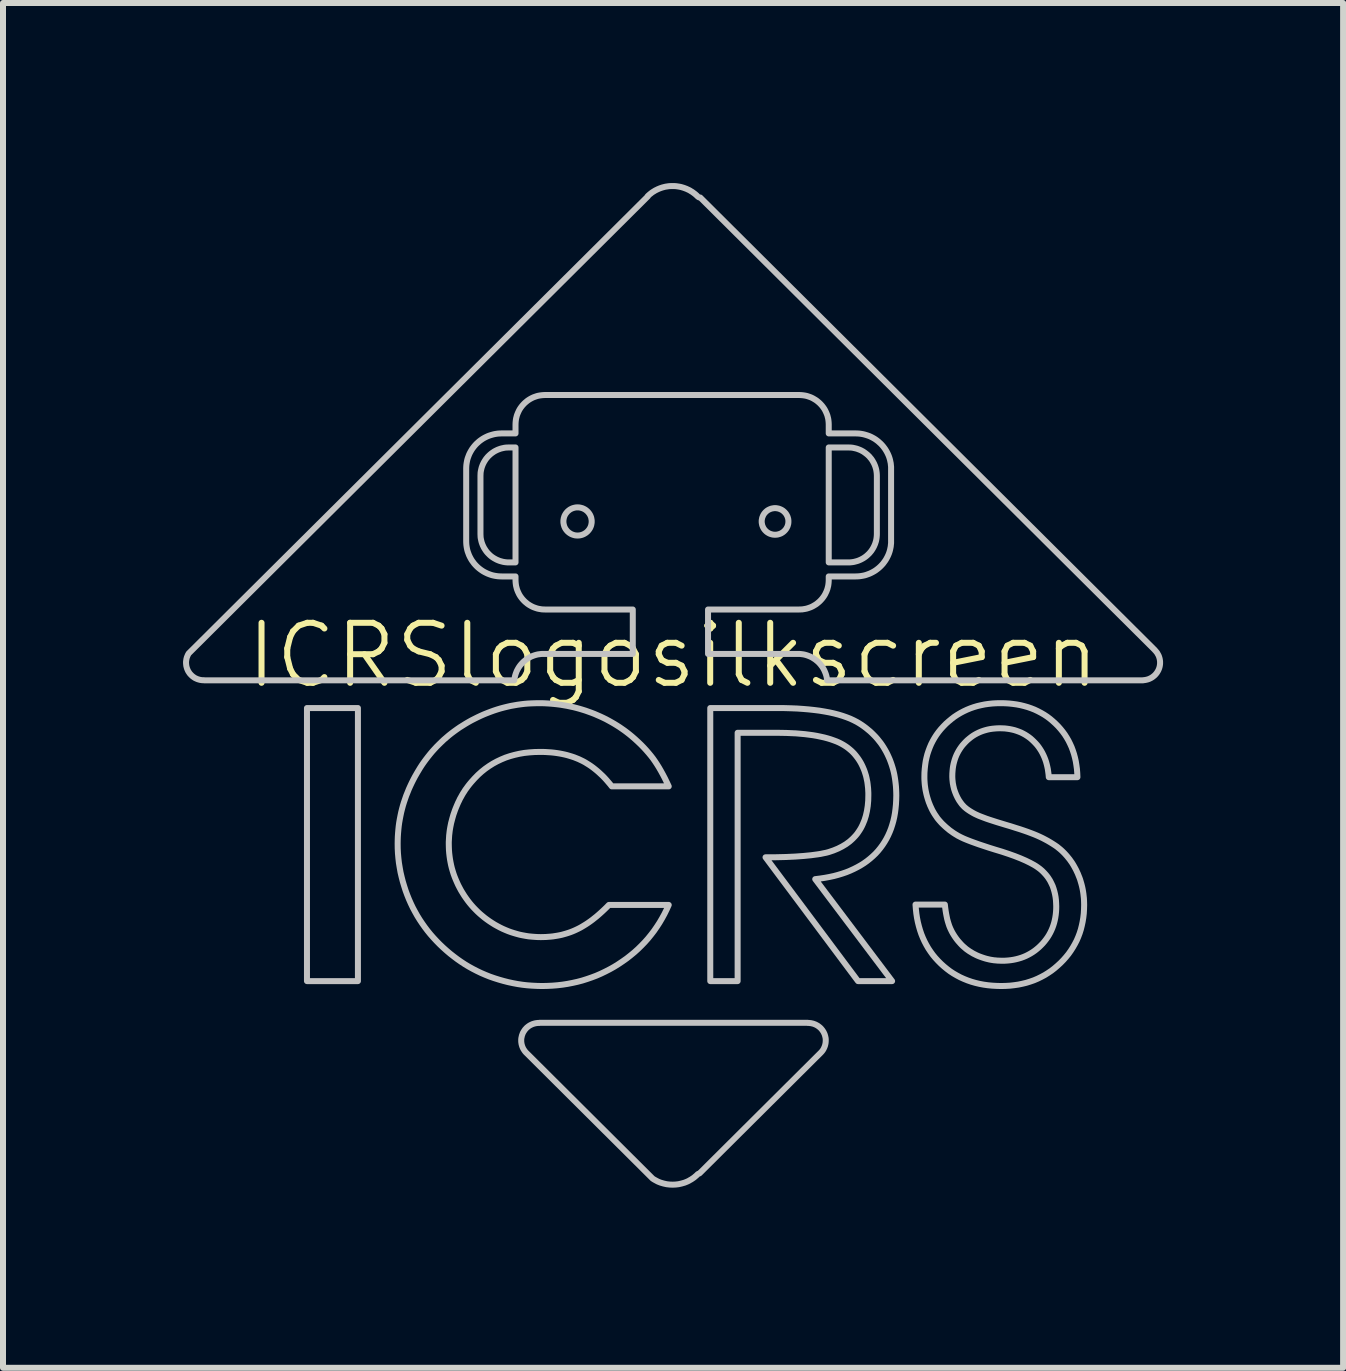
<source format=kicad_pcb>
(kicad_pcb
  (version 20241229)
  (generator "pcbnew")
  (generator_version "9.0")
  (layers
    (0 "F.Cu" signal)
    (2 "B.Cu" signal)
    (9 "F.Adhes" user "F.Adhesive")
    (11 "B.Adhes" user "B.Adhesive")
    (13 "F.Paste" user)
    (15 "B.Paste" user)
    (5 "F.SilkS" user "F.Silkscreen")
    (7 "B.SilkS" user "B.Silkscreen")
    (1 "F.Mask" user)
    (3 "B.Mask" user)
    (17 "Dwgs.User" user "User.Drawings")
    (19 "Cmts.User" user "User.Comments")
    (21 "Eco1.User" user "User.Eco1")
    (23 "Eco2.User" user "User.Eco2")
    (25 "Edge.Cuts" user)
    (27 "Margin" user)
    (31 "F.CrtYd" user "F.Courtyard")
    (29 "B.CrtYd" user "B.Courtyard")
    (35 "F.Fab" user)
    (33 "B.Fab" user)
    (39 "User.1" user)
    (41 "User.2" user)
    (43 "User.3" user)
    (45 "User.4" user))
  (footprint "ICRSlogosilkscreen"
    (layer "F.Cu")
    (at 8.165 8.37)
    (property "Reference" "ICRSlogosilkscreen" (at 0 -0.5 0) (unlocked yes) (layer "F.SilkS") (effects (font (size 1 1) (thickness 0.1))))
    (attr smd)
    (fp_poly (pts (xy -5.251 4.928) (xy -6.1 4.928) (xy -6.1 0.378) (xy -5.251 0.378)) (stroke (width 0.1) (type solid)) (fill no) (layer "Dwgs.User"))
    (fp_poly (pts (xy -2.625 -2.049) (xy -2.735 -2.049) (xy -2.76 -2.049) (xy -2.784 -2.051) (xy -2.808 -2.054) (xy -2.831 -2.058) (xy -2.854 -2.064) (xy -2.876 -2.07) (xy -2.898 -2.077) (xy -2.92 -2.086) (xy -2.941 -2.095) (xy -2.961 -2.106) (xy -2.981 -2.117) (xy -3 -2.129) (xy -3.019 -2.142) (xy -3.037 -2.156) (xy -3.054 -2.171) (xy -3.07 -2.187) (xy -3.086 -2.203) (xy -3.101 -2.22) (xy -3.115 -2.238) (xy -3.128 -2.257) (xy -3.14 -2.276) (xy -3.152 -2.295) (xy -3.162 -2.316) (xy -3.172 -2.337) (xy -3.18 -2.358) (xy -3.188 -2.38) (xy -3.194 -2.402) (xy -3.199 -2.425) (xy -3.204 -2.448) (xy -3.207 -2.472) (xy -3.208 -2.496) (xy -3.209 -2.52) (xy -3.209 -3.493) (xy -3.208 -3.517) (xy -3.207 -3.541) (xy -3.204 -3.564) (xy -3.199 -3.588) (xy -3.194 -3.61) (xy -3.188 -3.633) (xy -3.18 -3.655) (xy -3.172 -3.676) (xy -3.162 -3.697) (xy -3.152 -3.717) (xy -3.14 -3.737) (xy -3.128 -3.756) (xy -3.115 -3.775) (xy -3.101 -3.792) (xy -3.086 -3.81) (xy -3.07 -3.826) (xy -3.054 -3.841) (xy -3.037 -3.856) (xy -3.019 -3.87) (xy -3 -3.883) (xy -2.981 -3.896) (xy -2.961 -3.907) (xy -2.941 -3.917) (xy -2.92 -3.927) (xy -2.898 -3.935) (xy -2.876 -3.943) (xy -2.854 -3.949) (xy -2.831 -3.954) (xy -2.808 -3.959) (xy -2.784 -3.962) (xy -2.76 -3.963) (xy -2.735 -3.964) (xy -2.625 -3.964)) (stroke (width 0.1) (type solid)) (fill no) (layer "Dwgs.User"))
    (fp_poly (pts (xy 2.946 -3.963) (xy 2.97 -3.962) (xy 2.994 -3.959) (xy 3.017 -3.954) (xy 3.04 -3.949) (xy 3.063 -3.943) (xy 3.085 -3.935) (xy 3.106 -3.927) (xy 3.127 -3.918) (xy 3.148 -3.907) (xy 3.168 -3.896) (xy 3.187 -3.883) (xy 3.205 -3.87) (xy 3.223 -3.856) (xy 3.24 -3.842) (xy 3.257 -3.826) (xy 3.273 -3.81) (xy 3.287 -3.792) (xy 3.302 -3.775) (xy 3.315 -3.756) (xy 3.327 -3.737) (xy 3.338 -3.717) (xy 3.349 -3.697) (xy 3.358 -3.676) (xy 3.367 -3.655) (xy 3.374 -3.633) (xy 3.381 -3.61) (xy 3.386 -3.588) (xy 3.39 -3.564) (xy 3.393 -3.541) (xy 3.395 -3.517) (xy 3.396 -3.493) (xy 3.396 -2.52) (xy 3.395 -2.496) (xy 3.393 -2.472) (xy 3.39 -2.448) (xy 3.386 -2.425) (xy 3.381 -2.402) (xy 3.374 -2.38) (xy 3.367 -2.358) (xy 3.358 -2.337) (xy 3.349 -2.316) (xy 3.338 -2.295) (xy 3.327 -2.276) (xy 3.315 -2.257) (xy 3.302 -2.238) (xy 3.287 -2.22) (xy 3.273 -2.203) (xy 3.257 -2.187) (xy 3.24 -2.171) (xy 3.223 -2.156) (xy 3.205 -2.142) (xy 3.187 -2.129) (xy 3.168 -2.117) (xy 3.148 -2.106) (xy 3.127 -2.095) (xy 3.106 -2.086) (xy 3.085 -2.077) (xy 3.063 -2.07) (xy 3.04 -2.064) (xy 3.017 -2.058) (xy 2.994 -2.054) (xy 2.97 -2.051) (xy 2.946 -2.049) (xy 2.922 -2.049) (xy 2.594 -2.049) (xy 2.594 -3.964) (xy 2.922 -3.964)) (stroke (width 0.1) (type solid)) (fill no) (layer "Dwgs.User"))
    (fp_poly (pts (xy -1.579 -2.965) (xy -1.567 -2.965) (xy -1.556 -2.963) (xy -1.544 -2.961) (xy -1.533 -2.958) (xy -1.521 -2.955) (xy -1.51 -2.952) (xy -1.5 -2.947) (xy -1.489 -2.943) (xy -1.479 -2.937) (xy -1.469 -2.932) (xy -1.46 -2.926) (xy -1.45 -2.919) (xy -1.442 -2.912) (xy -1.433 -2.905) (xy -1.425 -2.897) (xy -1.417 -2.889) (xy -1.41 -2.88) (xy -1.403 -2.872) (xy -1.396 -2.862) (xy -1.39 -2.853) (xy -1.384 -2.843) (xy -1.379 -2.833) (xy -1.374 -2.822) (xy -1.37 -2.812) (xy -1.366 -2.801) (xy -1.363 -2.79) (xy -1.361 -2.778) (xy -1.359 -2.767) (xy -1.357 -2.755) (xy -1.356 -2.743) (xy -1.356 -2.731) (xy -1.356 -2.719) (xy -1.357 -2.707) (xy -1.359 -2.696) (xy -1.361 -2.684) (xy -1.363 -2.673) (xy -1.366 -2.662) (xy -1.37 -2.651) (xy -1.374 -2.64) (xy -1.379 -2.63) (xy -1.384 -2.619) (xy -1.39 -2.61) (xy -1.396 -2.6) (xy -1.403 -2.591) (xy -1.41 -2.582) (xy -1.417 -2.574) (xy -1.425 -2.565) (xy -1.433 -2.558) (xy -1.442 -2.55) (xy -1.45 -2.543) (xy -1.46 -2.537) (xy -1.469 -2.531) (xy -1.479 -2.525) (xy -1.489 -2.52) (xy -1.5 -2.515) (xy -1.51 -2.511) (xy -1.521 -2.507) (xy -1.533 -2.504) (xy -1.544 -2.501) (xy -1.556 -2.499) (xy -1.567 -2.498) (xy -1.579 -2.497) (xy -1.591 -2.497) (xy -1.604 -2.497) (xy -1.616 -2.498) (xy -1.627 -2.499) (xy -1.639 -2.501) (xy -1.65 -2.504) (xy -1.661 -2.507) (xy -1.672 -2.511) (xy -1.683 -2.515) (xy -1.694 -2.52) (xy -1.704 -2.525) (xy -1.714 -2.531) (xy -1.723 -2.537) (xy -1.732 -2.543) (xy -1.741 -2.55) (xy -1.75 -2.558) (xy -1.758 -2.565) (xy -1.766 -2.574) (xy -1.773 -2.582) (xy -1.78 -2.591) (xy -1.787 -2.6) (xy -1.793 -2.61) (xy -1.799 -2.619) (xy -1.804 -2.63) (xy -1.809 -2.64) (xy -1.813 -2.651) (xy -1.816 -2.662) (xy -1.82 -2.673) (xy -1.822 -2.684) (xy -1.824 -2.696) (xy -1.826 -2.707) (xy -1.827 -2.719) (xy -1.827 -2.731) (xy -1.827 -2.743) (xy -1.826 -2.755) (xy -1.824 -2.767) (xy -1.822 -2.779) (xy -1.82 -2.79) (xy -1.816 -2.801) (xy -1.813 -2.812) (xy -1.809 -2.823) (xy -1.804 -2.833) (xy -1.799 -2.843) (xy -1.793 -2.853) (xy -1.787 -2.862) (xy -1.78 -2.872) (xy -1.773 -2.88) (xy -1.766 -2.889) (xy -1.758 -2.897) (xy -1.75 -2.905) (xy -1.741 -2.912) (xy -1.732 -2.919) (xy -1.723 -2.926) (xy -1.714 -2.932) (xy -1.704 -2.937) (xy -1.694 -2.943) (xy -1.683 -2.947) (xy -1.672 -2.952) (xy -1.662 -2.955) (xy -1.65 -2.958) (xy -1.639 -2.961) (xy -1.627 -2.963) (xy -1.616 -2.965) (xy -1.604 -2.965) (xy -1.591 -2.966)) (stroke (width 0.1) (type solid)) (fill no) (layer "Dwgs.User"))
    (fp_poly (pts (xy 1.711 -2.953) (xy 1.722 -2.952) (xy 1.734 -2.95) (xy 1.745 -2.948) (xy 1.755 -2.946) (xy 1.766 -2.943) (xy 1.776 -2.939) (xy 1.786 -2.935) (xy 1.796 -2.931) (xy 1.806 -2.926) (xy 1.815 -2.921) (xy 1.824 -2.915) (xy 1.833 -2.909) (xy 1.841 -2.902) (xy 1.849 -2.895) (xy 1.857 -2.888) (xy 1.864 -2.88) (xy 1.871 -2.872) (xy 1.878 -2.864) (xy 1.884 -2.855) (xy 1.89 -2.846) (xy 1.895 -2.837) (xy 1.9 -2.827) (xy 1.905 -2.817) (xy 1.909 -2.807) (xy 1.912 -2.797) (xy 1.915 -2.787) (xy 1.918 -2.776) (xy 1.92 -2.765) (xy 1.921 -2.754) (xy 1.922 -2.743) (xy 1.922 -2.731) (xy 1.922 -2.72) (xy 1.921 -2.709) (xy 1.92 -2.697) (xy 1.918 -2.687) (xy 1.915 -2.676) (xy 1.912 -2.665) (xy 1.909 -2.655) (xy 1.905 -2.645) (xy 1.9 -2.635) (xy 1.895 -2.626) (xy 1.89 -2.616) (xy 1.884 -2.607) (xy 1.878 -2.599) (xy 1.871 -2.59) (xy 1.864 -2.582) (xy 1.857 -2.575) (xy 1.849 -2.567) (xy 1.841 -2.56) (xy 1.833 -2.554) (xy 1.824 -2.547) (xy 1.815 -2.542) (xy 1.806 -2.536) (xy 1.796 -2.531) (xy 1.786 -2.527) (xy 1.776 -2.523) (xy 1.766 -2.52) (xy 1.755 -2.517) (xy 1.745 -2.514) (xy 1.734 -2.512) (xy 1.722 -2.511) (xy 1.711 -2.51) (xy 1.7 -2.51) (xy 1.688 -2.51) (xy 1.677 -2.511) (xy 1.666 -2.512) (xy 1.655 -2.514) (xy 1.644 -2.517) (xy 1.633 -2.52) (xy 1.623 -2.523) (xy 1.613 -2.527) (xy 1.603 -2.531) (xy 1.594 -2.536) (xy 1.584 -2.542) (xy 1.575 -2.547) (xy 1.566 -2.554) (xy 1.558 -2.56) (xy 1.55 -2.567) (xy 1.542 -2.575) (xy 1.535 -2.582) (xy 1.528 -2.59) (xy 1.521 -2.599) (xy 1.515 -2.607) (xy 1.509 -2.616) (xy 1.504 -2.626) (xy 1.499 -2.635) (xy 1.495 -2.645) (xy 1.491 -2.655) (xy 1.487 -2.665) (xy 1.484 -2.676) (xy 1.482 -2.687) (xy 1.48 -2.697) (xy 1.478 -2.709) (xy 1.477 -2.72) (xy 1.477 -2.731) (xy 1.477 -2.743) (xy 1.478 -2.754) (xy 1.48 -2.765) (xy 1.482 -2.776) (xy 1.484 -2.787) (xy 1.487 -2.797) (xy 1.491 -2.807) (xy 1.495 -2.817) (xy 1.499 -2.827) (xy 1.504 -2.837) (xy 1.509 -2.846) (xy 1.515 -2.855) (xy 1.521 -2.864) (xy 1.528 -2.872) (xy 1.535 -2.88) (xy 1.542 -2.888) (xy 1.55 -2.895) (xy 1.558 -2.902) (xy 1.566 -2.909) (xy 1.575 -2.915) (xy 1.584 -2.921) (xy 1.594 -2.926) (xy 1.603 -2.931) (xy 1.613 -2.935) (xy 1.623 -2.939) (xy 1.633 -2.943) (xy 1.644 -2.946) (xy 1.655 -2.948) (xy 1.666 -2.95) (xy 1.677 -2.952) (xy 1.688 -2.953) (xy 1.7 -2.953)) (stroke (width 0.1) (type solid)) (fill no) (layer "Dwgs.User"))
    (fp_poly (pts (xy 1.86 0.379) (xy 1.966 0.382) (xy 2.068 0.386) (xy 2.167 0.393) (xy 2.262 0.401) (xy 2.354 0.411) (xy 2.441 0.422) (xy 2.525 0.436) (xy 2.606 0.451) (xy 2.682 0.468) (xy 2.755 0.487) (xy 2.824 0.508) (xy 2.89 0.531) (xy 2.952 0.555) (xy 3.01 0.582) (xy 3.064 0.61) (xy 3.103 0.633) (xy 3.142 0.658) (xy 3.179 0.684) (xy 3.215 0.711) (xy 3.249 0.739) (xy 3.283 0.767) (xy 3.315 0.797) (xy 3.346 0.828) (xy 3.376 0.859) (xy 3.405 0.892) (xy 3.432 0.926) (xy 3.459 0.96) (xy 3.484 0.996) (xy 3.508 1.033) (xy 3.53 1.07) (xy 3.552 1.109) (xy 3.572 1.148) (xy 3.591 1.189) (xy 3.609 1.23) (xy 3.625 1.272) (xy 3.64 1.314) (xy 3.654 1.358) (xy 3.667 1.402) (xy 3.678 1.447) (xy 3.688 1.493) (xy 3.696 1.54) (xy 3.703 1.587) (xy 3.709 1.636) (xy 3.714 1.685) (xy 3.717 1.735) (xy 3.719 1.785) (xy 3.72 1.837) (xy 3.718 1.912) (xy 3.714 1.985) (xy 3.707 2.057) (xy 3.698 2.126) (xy 3.686 2.193) (xy 3.671 2.259) (xy 3.653 2.322) (xy 3.633 2.384) (xy 3.61 2.443) (xy 3.584 2.501) (xy 3.556 2.556) (xy 3.525 2.609) (xy 3.491 2.661) (xy 3.455 2.71) (xy 3.416 2.758) (xy 3.374 2.804) (xy 3.329 2.847) (xy 3.282 2.888) (xy 3.233 2.927) (xy 3.181 2.964) (xy 3.127 2.998) (xy 3.07 3.03) (xy 3.011 3.06) (xy 2.95 3.088) (xy 2.886 3.114) (xy 2.819 3.137) (xy 2.75 3.158) (xy 2.679 3.177) (xy 2.605 3.193) (xy 2.529 3.207) (xy 2.45 3.219) (xy 2.369 3.229) (xy 3.65 4.928) (xy 3.082 4.928) (xy 1.541 2.865) (xy 1.719 2.864) (xy 1.883 2.86) (xy 2.035 2.853) (xy 2.173 2.843) (xy 2.297 2.831) (xy 2.409 2.816) (xy 2.46 2.808) (xy 2.507 2.798) (xy 2.552 2.789) (xy 2.593 2.778) (xy 2.673 2.751) (xy 2.748 2.72) (xy 2.817 2.685) (xy 2.882 2.646) (xy 2.912 2.624) (xy 2.942 2.602) (xy 2.969 2.578) (xy 2.996 2.553) (xy 3.021 2.527) (xy 3.045 2.501) (xy 3.068 2.473) (xy 3.089 2.443) (xy 3.109 2.413) (xy 3.128 2.382) (xy 3.145 2.35) (xy 3.161 2.316) (xy 3.19 2.246) (xy 3.213 2.172) (xy 3.231 2.093) (xy 3.244 2.01) (xy 3.252 1.922) (xy 3.254 1.831) (xy 3.254 1.792) (xy 3.252 1.754) (xy 3.25 1.716) (xy 3.246 1.68) (xy 3.242 1.644) (xy 3.237 1.608) (xy 3.23 1.574) (xy 3.223 1.54) (xy 3.215 1.506) (xy 3.205 1.474) (xy 3.195 1.442) (xy 3.184 1.411) (xy 3.171 1.38) (xy 3.158 1.35) (xy 3.144 1.321) (xy 3.129 1.292) (xy 3.113 1.265) (xy 3.096 1.238) (xy 3.078 1.212) (xy 3.059 1.187) (xy 3.04 1.163) (xy 3.02 1.139) (xy 2.999 1.117) (xy 2.977 1.095) (xy 2.954 1.075) (xy 2.93 1.055) (xy 2.906 1.036) (xy 2.88 1.018) (xy 2.854 1.001) (xy 2.827 0.985) (xy 2.8 0.97) (xy 2.771 0.955) (xy 2.726 0.935) (xy 2.678 0.917) (xy 2.627 0.899) (xy 2.574 0.883) (xy 2.518 0.868) (xy 2.459 0.855) (xy 2.397 0.842) (xy 2.333 0.831) (xy 2.266 0.822) (xy 2.196 0.813) (xy 2.048 0.8) (xy 1.889 0.793) (xy 1.719 0.79) (xy 1.076 0.79) (xy 1.076 4.928) (xy 0.62 4.928) (xy 0.62 0.378) (xy 1.75 0.378)) (stroke (width 0.1) (type solid)) (fill no) (layer "Dwgs.User"))
    (fp_poly (pts (xy 2.245 5.624) (xy 2.245 5.624) (xy 2.245 5.624) (xy 2.246 5.624) (xy 2.246 5.624) (xy 2.246 5.624) (xy 2.246 5.625) (xy 2.247 5.625) (xy 2.247 5.625) (xy 2.248 5.625) (xy 2.248 5.625) (xy 2.249 5.625) (xy 2.249 5.625) (xy 2.25 5.625) (xy 2.25 5.625) (xy 2.264 5.625) (xy 2.279 5.627) (xy 2.293 5.628) (xy 2.307 5.631) (xy 2.32 5.634) (xy 2.334 5.637) (xy 2.348 5.642) (xy 2.361 5.647) (xy 2.374 5.652) (xy 2.387 5.659) (xy 2.4 5.666) (xy 2.412 5.673) (xy 2.424 5.682) (xy 2.436 5.691) (xy 2.448 5.701) (xy 2.459 5.711) (xy 2.469 5.722) (xy 2.478 5.733) (xy 2.487 5.744) (xy 2.495 5.756) (xy 2.503 5.768) (xy 2.51 5.78) (xy 2.516 5.793) (xy 2.522 5.805) (xy 2.527 5.818) (xy 2.531 5.831) (xy 2.535 5.845) (xy 2.538 5.858) (xy 2.541 5.872) (xy 2.543 5.885) (xy 2.544 5.899) (xy 2.544 5.913) (xy 2.544 5.926) (xy 2.543 5.94) (xy 2.542 5.954) (xy 2.54 5.967) (xy 2.537 5.981) (xy 2.534 5.994) (xy 2.53 6.008) (xy 2.525 6.021) (xy 2.52 6.034) (xy 2.514 6.046) (xy 2.508 6.059) (xy 2.501 6.071) (xy 2.493 6.083) (xy 2.484 6.095) (xy 2.475 6.106) (xy 2.465 6.117) (xy 0.441 8.132) (xy 0.438 8.133) (xy 0.436 8.134) (xy 0.434 8.134) (xy 0.432 8.135) (xy 0.429 8.136) (xy 0.427 8.137) (xy 0.425 8.138) (xy 0.423 8.138) (xy 0.421 8.14) (xy 0.419 8.141) (xy 0.417 8.142) (xy 0.415 8.143) (xy 0.413 8.145) (xy 0.411 8.146) (xy 0.409 8.147) (xy 0.408 8.149) (xy 0.388 8.168) (xy 0.368 8.185) (xy 0.348 8.202) (xy 0.326 8.217) (xy 0.305 8.231) (xy 0.282 8.244) (xy 0.26 8.257) (xy 0.237 8.268) (xy 0.213 8.278) (xy 0.19 8.287) (xy 0.141 8.301) (xy 0.092 8.312) (xy 0.042 8.318) (xy -0.008 8.32) (xy -0.058 8.318) (xy -0.108 8.312) (xy -0.157 8.301) (xy -0.205 8.287) (xy -0.229 8.278) (xy -0.253 8.268) (xy -0.276 8.256) (xy -0.298 8.244) (xy -0.321 8.231) (xy -0.342 8.217) (xy -2.445 6.123) (xy -2.456 6.112) (xy -2.465 6.101) (xy -2.474 6.089) (xy -2.482 6.077) (xy -2.49 6.065) (xy -2.497 6.053) (xy -2.503 6.04) (xy -2.509 6.027) (xy -2.514 6.013) (xy -2.518 6) (xy -2.522 5.986) (xy -2.525 5.973) (xy -2.527 5.959) (xy -2.529 5.945) (xy -2.53 5.931) (xy -2.53 5.917) (xy -2.53 5.903) (xy -2.529 5.889) (xy -2.527 5.875) (xy -2.524 5.861) (xy -2.521 5.848) (xy -2.518 5.834) (xy -2.513 5.821) (xy -2.508 5.807) (xy -2.503 5.794) (xy -2.496 5.781) (xy -2.489 5.769) (xy -2.481 5.757) (xy -2.473 5.745) (xy -2.464 5.733) (xy -2.454 5.722) (xy -2.444 5.711) (xy -2.433 5.7) (xy -2.421 5.691) (xy -2.409 5.681) (xy -2.397 5.673) (xy -2.384 5.665) (xy -2.371 5.658) (xy -2.358 5.652) (xy -2.345 5.646) (xy -2.331 5.641) (xy -2.317 5.637) (xy -2.303 5.633) (xy -2.289 5.63) (xy -2.275 5.628) (xy -2.261 5.626) (xy -2.246 5.625) (xy -2.232 5.625) (xy -2.231 5.625) (xy -2.231 5.625) (xy -2.23 5.625) (xy -2.229 5.625) (xy -2.229 5.625) (xy -2.228 5.625) (xy -2.228 5.625) (xy -2.227 5.625) (xy -2.227 5.625) (xy -2.226 5.624) (xy -2.226 5.624) (xy -2.226 5.624) (xy -2.225 5.624) (xy -2.225 5.624) (xy -2.225 5.623) (xy -2.224 5.623) (xy 2.244 5.623)) (stroke (width 0.1) (type solid)) (fill no) (layer "Dwgs.User"))
    (fp_poly (pts (xy -2.185 0.297) (xy -2.131 0.299) (xy -2.078 0.302) (xy -2.024 0.306) (xy -1.972 0.311) (xy -1.919 0.317) (xy -1.866 0.324) (xy -1.814 0.333) (xy -1.762 0.342) (xy -1.711 0.353) (xy -1.659 0.364) (xy -1.608 0.377) (xy -1.557 0.391) (xy -1.507 0.406) (xy -1.456 0.422) (xy -1.406 0.44) (xy -1.356 0.458) (xy -1.307 0.477) (xy -1.259 0.498) (xy -1.211 0.519) (xy -1.164 0.541) (xy -1.117 0.564) (xy -1.071 0.589) (xy -1.026 0.614) (xy -0.981 0.64) (xy -0.937 0.667) (xy -0.893 0.695) (xy -0.851 0.724) (xy -0.808 0.754) (xy -0.767 0.785) (xy -0.726 0.817) (xy -0.686 0.85) (xy -0.632 0.897) (xy -0.582 0.943) (xy -0.534 0.989) (xy -0.489 1.035) (xy -0.447 1.081) (xy -0.407 1.127) (xy -0.37 1.172) (xy -0.352 1.195) (xy -0.335 1.217) (xy -0.302 1.264) (xy -0.269 1.314) (xy -0.236 1.367) (xy -0.203 1.424) (xy -0.17 1.484) (xy -0.137 1.547) (xy -0.105 1.613) (xy -0.072 1.683) (xy -1.021 1.683) (xy -1.05 1.646) (xy -1.08 1.611) (xy -1.11 1.576) (xy -1.14 1.543) (xy -1.171 1.511) (xy -1.203 1.481) (xy -1.234 1.452) (xy -1.266 1.424) (xy -1.299 1.397) (xy -1.332 1.371) (xy -1.365 1.347) (xy -1.399 1.324) (xy -1.433 1.303) (xy -1.467 1.282) (xy -1.502 1.263) (xy -1.537 1.246) (xy -1.573 1.229) (xy -1.61 1.214) (xy -1.648 1.199) (xy -1.687 1.186) (xy -1.726 1.174) (xy -1.767 1.162) (xy -1.808 1.152) (xy -1.85 1.143) (xy -1.893 1.135) (xy -1.937 1.128) (xy -1.982 1.122) (xy -2.028 1.117) (xy -2.075 1.114) (xy -2.122 1.111) (xy -2.171 1.109) (xy -2.22 1.109) (xy -2.309 1.111) (xy -2.395 1.117) (xy -2.479 1.126) (xy -2.56 1.14) (xy -2.639 1.158) (xy -2.716 1.179) (xy -2.791 1.204) (xy -2.863 1.234) (xy -2.933 1.267) (xy -3.001 1.304) (xy -3.066 1.345) (xy -3.13 1.39) (xy -3.19 1.438) (xy -3.249 1.491) (xy -3.305 1.548) (xy -3.359 1.608) (xy -3.381 1.634) (xy -3.402 1.66) (xy -3.422 1.686) (xy -3.442 1.714) (xy -3.462 1.741) (xy -3.48 1.77) (xy -3.499 1.799) (xy -3.516 1.828) (xy -3.533 1.859) (xy -3.55 1.889) (xy -3.565 1.921) (xy -3.581 1.953) (xy -3.595 1.985) (xy -3.609 2.018) (xy -3.623 2.052) (xy -3.636 2.086) (xy -3.648 2.121) (xy -3.66 2.155) (xy -3.67 2.19) (xy -3.68 2.225) (xy -3.689 2.26) (xy -3.698 2.294) (xy -3.705 2.329) (xy -3.712 2.364) (xy -3.718 2.399) (xy -3.723 2.433) (xy -3.727 2.468) (xy -3.731 2.503) (xy -3.733 2.538) (xy -3.735 2.573) (xy -3.737 2.608) (xy -3.737 2.643) (xy -3.736 2.695) (xy -3.734 2.746) (xy -3.73 2.797) (xy -3.724 2.848) (xy -3.717 2.898) (xy -3.708 2.948) (xy -3.698 2.997) (xy -3.686 3.046) (xy -3.672 3.094) (xy -3.657 3.142) (xy -3.64 3.189) (xy -3.621 3.236) (xy -3.601 3.282) (xy -3.58 3.328) (xy -3.556 3.374) (xy -3.532 3.419) (xy -3.505 3.463) (xy -3.478 3.506) (xy -3.449 3.548) (xy -3.42 3.588) (xy -3.389 3.628) (xy -3.357 3.666) (xy -3.324 3.703) (xy -3.289 3.739) (xy -3.254 3.774) (xy -3.217 3.808) (xy -3.179 3.84) (xy -3.14 3.872) (xy -3.1 3.902) (xy -3.059 3.931) (xy -3.016 3.959) (xy -2.973 3.986) (xy -2.928 4.011) (xy -2.883 4.035) (xy -2.838 4.057) (xy -2.792 4.077) (xy -2.746 4.096) (xy -2.699 4.113) (xy -2.651 4.128) (xy -2.603 4.142) (xy -2.555 4.155) (xy -2.506 4.165) (xy -2.457 4.174) (xy -2.407 4.182) (xy -2.356 4.187) (xy -2.305 4.191) (xy -2.254 4.194) (xy -2.202 4.195) (xy -2.161 4.194) (xy -2.121 4.193) (xy -2.081 4.19) (xy -2.042 4.187) (xy -2.003 4.183) (xy -1.965 4.177) (xy -1.927 4.171) (xy -1.89 4.164) (xy -1.853 4.156) (xy -1.817 4.146) (xy -1.782 4.136) (xy -1.747 4.125) (xy -1.712 4.113) (xy -1.678 4.1) (xy -1.645 4.086) (xy -1.612 4.071) (xy -1.579 4.055) (xy -1.546 4.038) (xy -1.513 4.019) (xy -1.48 3.999) (xy -1.446 3.978) (xy -1.413 3.956) (xy -1.379 3.932) (xy -1.345 3.907) (xy -1.311 3.88) (xy -1.277 3.853) (xy -1.243 3.824) (xy -1.208 3.793) (xy -1.174 3.762) (xy -1.139 3.729) (xy -1.104 3.695) (xy -1.069 3.659) (xy -0.072 3.659) (xy -0.107 3.736) (xy -0.144 3.811) (xy -0.184 3.884) (xy -0.225 3.954) (xy -0.27 4.023) (xy -0.316 4.09) (xy -0.365 4.154) (xy -0.416 4.217) (xy -0.47 4.278) (xy -0.526 4.336) (xy -0.584 4.393) (xy -0.645 4.448) (xy -0.708 4.5) (xy -0.773 4.551) (xy -0.841 4.599) (xy -0.911 4.646) (xy -0.982 4.69) (xy -1.055 4.731) (xy -1.129 4.769) (xy -1.204 4.805) (xy -1.28 4.838) (xy -1.357 4.867) (xy -1.435 4.894) (xy -1.514 4.919) (xy -1.594 4.94) (xy -1.675 4.958) (xy -1.757 4.974) (xy -1.84 4.987) (xy -1.925 4.997) (xy -2.01 5.004) (xy -2.097 5.008) (xy -2.184 5.01) (xy -2.266 5.008) (xy -2.348 5.004) (xy -2.429 4.998) (xy -2.509 4.989) (xy -2.589 4.977) (xy -2.669 4.962) (xy -2.748 4.945) (xy -2.826 4.925) (xy -2.903 4.903) (xy -2.979 4.879) (xy -3.054 4.853) (xy -3.126 4.824) (xy -3.198 4.793) (xy -3.267 4.76) (xy -3.335 4.725) (xy -3.402 4.688) (xy -3.467 4.649) (xy -3.531 4.607) (xy -3.593 4.564) (xy -3.654 4.518) (xy -3.714 4.471) (xy -3.773 4.421) (xy -3.83 4.37) (xy -3.887 4.316) (xy -3.941 4.261) (xy -3.993 4.205) (xy -4.044 4.147) (xy -4.092 4.088) (xy -4.138 4.027) (xy -4.181 3.966) (xy -4.223 3.903) (xy -4.263 3.838) (xy -4.3 3.772) (xy -4.336 3.705) (xy -4.369 3.636) (xy -4.4 3.566) (xy -4.429 3.494) (xy -4.456 3.421) (xy -4.48 3.346) (xy -4.503 3.27) (xy -4.523 3.192) (xy -4.541 3.115) (xy -4.555 3.036) (xy -4.568 2.957) (xy -4.577 2.878) (xy -4.584 2.798) (xy -4.588 2.718) (xy -4.589 2.637) (xy -4.588 2.577) (xy -4.586 2.519) (xy -4.582 2.46) (xy -4.577 2.402) (xy -4.571 2.344) (xy -4.563 2.286) (xy -4.553 2.229) (xy -4.542 2.172) (xy -4.53 2.115) (xy -4.516 2.059) (xy -4.501 2.003) (xy -4.484 1.948) (xy -4.465 1.892) (xy -4.446 1.837) (xy -4.424 1.783) (xy -4.402 1.728) (xy -4.378 1.675) (xy -4.353 1.622) (xy -4.327 1.57) (xy -4.3 1.519) (xy -4.272 1.47) (xy -4.243 1.421) (xy -4.214 1.373) (xy -4.183 1.325) (xy -4.151 1.279) (xy -4.118 1.234) (xy -4.084 1.19) (xy -4.049 1.146) (xy -4.014 1.104) (xy -3.977 1.063) (xy -3.939 1.022) (xy -3.9 0.983) (xy -3.86 0.944) (xy -3.82 0.906) (xy -3.778 0.87) (xy -3.736 0.834) (xy -3.692 0.799) (xy -3.648 0.766) (xy -3.602 0.733) (xy -3.556 0.701) (xy -3.508 0.671) (xy -3.46 0.641) (xy -3.411 0.612) (xy -3.361 0.584) (xy -3.31 0.558) (xy -3.258 0.532) (xy -3.205 0.507) (xy -3.151 0.483) (xy -3.096 0.461) (xy -3.041 0.44) (xy -2.986 0.42) (xy -2.931 0.402) (xy -2.875 0.385) (xy -2.819 0.37) (xy -2.762 0.356) (xy -2.705 0.343) (xy -2.648 0.333) (xy -2.591 0.323) (xy -2.533 0.315) (xy -2.475 0.308) (xy -2.416 0.303) (xy -2.357 0.3) (xy -2.298 0.298) (xy -2.238 0.297)) (stroke (width 0.1) (type solid)) (fill no) (layer "Dwgs.User"))
    (fp_poly (pts (xy 5.526 0.298) (xy 5.594 0.302) (xy 5.66 0.309) (xy 5.725 0.318) (xy 5.788 0.33) (xy 5.849 0.345) (xy 5.909 0.362) (xy 5.967 0.382) (xy 6.023 0.404) (xy 6.078 0.43) (xy 6.131 0.458) (xy 6.183 0.488) (xy 6.233 0.521) (xy 6.281 0.557) (xy 6.327 0.596) (xy 6.372 0.637) (xy 6.415 0.68) (xy 6.455 0.725) (xy 6.493 0.772) (xy 6.528 0.82) (xy 6.56 0.87) (xy 6.59 0.922) (xy 6.616 0.975) (xy 6.641 1.03) (xy 6.662 1.087) (xy 6.681 1.145) (xy 6.697 1.205) (xy 6.711 1.267) (xy 6.721 1.33) (xy 6.73 1.395) (xy 6.735 1.462) (xy 6.738 1.53) (xy 6.261 1.53) (xy 6.257 1.484) (xy 6.251 1.44) (xy 6.245 1.397) (xy 6.236 1.354) (xy 6.226 1.313) (xy 6.215 1.273) (xy 6.202 1.235) (xy 6.187 1.197) (xy 6.171 1.161) (xy 6.153 1.125) (xy 6.134 1.091) (xy 6.113 1.058) (xy 6.091 1.026) (xy 6.067 0.995) (xy 6.041 0.966) (xy 6.014 0.938) (xy 5.986 0.911) (xy 5.957 0.885) (xy 5.927 0.862) (xy 5.895 0.84) (xy 5.863 0.82) (xy 5.83 0.802) (xy 5.796 0.785) (xy 5.761 0.771) (xy 5.725 0.758) (xy 5.688 0.746) (xy 5.65 0.737) (xy 5.611 0.729) (xy 5.571 0.723) (xy 5.53 0.718) (xy 5.488 0.716) (xy 5.445 0.715) (xy 5.402 0.716) (xy 5.361 0.719) (xy 5.32 0.723) (xy 5.28 0.729) (xy 5.241 0.737) (xy 5.203 0.747) (xy 5.167 0.758) (xy 5.131 0.771) (xy 5.096 0.786) (xy 5.061 0.803) (xy 5.028 0.821) (xy 4.996 0.841) (xy 4.965 0.863) (xy 4.935 0.887) (xy 4.905 0.912) (xy 4.877 0.939) (xy 4.85 0.968) (xy 4.824 0.997) (xy 4.801 1.027) (xy 4.779 1.059) (xy 4.759 1.091) (xy 4.741 1.124) (xy 4.724 1.158) (xy 4.709 1.194) (xy 4.696 1.23) (xy 4.685 1.267) (xy 4.675 1.305) (xy 4.667 1.344) (xy 4.661 1.384) (xy 4.657 1.424) (xy 4.654 1.466) (xy 4.653 1.509) (xy 4.653 1.528) (xy 4.654 1.548) (xy 4.655 1.567) (xy 4.657 1.586) (xy 4.659 1.605) (xy 4.661 1.624) (xy 4.664 1.643) (xy 4.668 1.662) (xy 4.671 1.68) (xy 4.676 1.699) (xy 4.68 1.717) (xy 4.685 1.735) (xy 4.691 1.753) (xy 4.697 1.771) (xy 4.704 1.789) (xy 4.711 1.807) (xy 4.718 1.824) (xy 4.726 1.841) (xy 4.734 1.858) (xy 4.742 1.874) (xy 4.751 1.89) (xy 4.76 1.906) (xy 4.769 1.921) (xy 4.779 1.935) (xy 4.789 1.95) (xy 4.799 1.963) (xy 4.809 1.977) (xy 4.82 1.99) (xy 4.832 2.003) (xy 4.843 2.015) (xy 4.855 2.027) (xy 4.868 2.038) (xy 4.892 2.058) (xy 4.917 2.076) (xy 4.944 2.094) (xy 4.972 2.111) (xy 5.001 2.128) (xy 5.031 2.144) (xy 5.063 2.159) (xy 5.096 2.174) (xy 5.132 2.188) (xy 5.174 2.204) (xy 5.222 2.222) (xy 5.275 2.24) (xy 5.399 2.28) (xy 5.544 2.324) (xy 5.628 2.349) (xy 5.706 2.374) (xy 5.78 2.397) (xy 5.848 2.42) (xy 5.911 2.442) (xy 5.969 2.464) (xy 6.021 2.484) (xy 6.069 2.504) (xy 6.113 2.524) (xy 6.157 2.545) (xy 6.199 2.567) (xy 6.24 2.589) (xy 6.281 2.613) (xy 6.32 2.637) (xy 6.359 2.662) (xy 6.397 2.688) (xy 6.423 2.709) (xy 6.449 2.73) (xy 6.474 2.752) (xy 6.498 2.775) (xy 6.521 2.798) (xy 6.544 2.823) (xy 6.566 2.848) (xy 6.587 2.874) (xy 6.608 2.9) (xy 6.627 2.927) (xy 6.647 2.955) (xy 6.665 2.984) (xy 6.682 3.013) (xy 6.699 3.044) (xy 6.715 3.074) (xy 6.73 3.106) (xy 6.745 3.138) (xy 6.758 3.171) (xy 6.771 3.203) (xy 6.783 3.236) (xy 6.793 3.27) (xy 6.803 3.304) (xy 6.812 3.338) (xy 6.82 3.372) (xy 6.827 3.407) (xy 6.833 3.442) (xy 6.838 3.477) (xy 6.842 3.513) (xy 6.846 3.549) (xy 6.848 3.586) (xy 6.849 3.622) (xy 6.85 3.659) (xy 6.848 3.731) (xy 6.844 3.801) (xy 6.836 3.87) (xy 6.825 3.937) (xy 6.811 4.003) (xy 6.795 4.067) (xy 6.775 4.13) (xy 6.752 4.191) (xy 6.726 4.251) (xy 6.696 4.309) (xy 6.664 4.365) (xy 6.629 4.42) (xy 6.591 4.474) (xy 6.549 4.526) (xy 6.505 4.576) (xy 6.457 4.625) (xy 6.407 4.671) (xy 6.356 4.715) (xy 6.303 4.756) (xy 6.248 4.793) (xy 6.192 4.828) (xy 6.134 4.859) (xy 6.075 4.888) (xy 6.014 4.914) (xy 5.951 4.936) (xy 5.887 4.956) (xy 5.821 4.972) (xy 5.754 4.986) (xy 5.685 4.996) (xy 5.615 5.004) (xy 5.543 5.008) (xy 5.469 5.01) (xy 5.393 5.008) (xy 5.319 5.004) (xy 5.246 4.997) (xy 5.175 4.987) (xy 5.106 4.974) (xy 5.039 4.958) (xy 4.973 4.939) (xy 4.909 4.917) (xy 4.847 4.892) (xy 4.787 4.865) (xy 4.729 4.834) (xy 4.672 4.801) (xy 4.617 4.765) (xy 4.564 4.725) (xy 4.513 4.683) (xy 4.463 4.638) (xy 4.416 4.591) (xy 4.371 4.542) (xy 4.329 4.491) (xy 4.29 4.437) (xy 4.254 4.383) (xy 4.221 4.326) (xy 4.19 4.267) (xy 4.162 4.206) (xy 4.137 4.144) (xy 4.115 4.079) (xy 4.096 4.013) (xy 4.079 3.945) (xy 4.065 3.875) (xy 4.054 3.803) (xy 4.046 3.729) (xy 4.04 3.653) (xy 4.529 3.653) (xy 4.535 3.706) (xy 4.542 3.757) (xy 4.55 3.805) (xy 4.559 3.851) (xy 4.568 3.894) (xy 4.579 3.935) (xy 4.591 3.974) (xy 4.597 3.992) (xy 4.603 4.01) (xy 4.61 4.027) (xy 4.617 4.044) (xy 4.625 4.062) (xy 4.633 4.078) (xy 4.641 4.095) (xy 4.65 4.112) (xy 4.659 4.128) (xy 4.669 4.145) (xy 4.679 4.161) (xy 4.689 4.177) (xy 4.7 4.193) (xy 4.711 4.209) (xy 4.722 4.224) (xy 4.734 4.24) (xy 4.746 4.255) (xy 4.759 4.27) (xy 4.775 4.288) (xy 4.791 4.306) (xy 4.808 4.324) (xy 4.825 4.341) (xy 4.843 4.357) (xy 4.862 4.373) (xy 4.88 4.389) (xy 4.9 4.404) (xy 4.92 4.418) (xy 4.94 4.432) (xy 4.962 4.445) (xy 4.983 4.458) (xy 5.005 4.471) (xy 5.028 4.482) (xy 5.051 4.494) (xy 5.075 4.505) (xy 5.099 4.515) (xy 5.123 4.524) (xy 5.148 4.533) (xy 5.172 4.541) (xy 5.197 4.549) (xy 5.222 4.556) (xy 5.247 4.562) (xy 5.272 4.568) (xy 5.298 4.573) (xy 5.323 4.577) (xy 5.349 4.581) (xy 5.375 4.583) (xy 5.402 4.586) (xy 5.428 4.587) (xy 5.454 4.588) (xy 5.481 4.589) (xy 5.53 4.588) (xy 5.577 4.585) (xy 5.624 4.58) (xy 5.669 4.573) (xy 5.713 4.564) (xy 5.756 4.553) (xy 5.799 4.54) (xy 5.84 4.525) (xy 5.88 4.508) (xy 5.918 4.489) (xy 5.956 4.468) (xy 5.993 4.445) (xy 6.029 4.42) (xy 6.063 4.393) (xy 6.097 4.364) (xy 6.129 4.333) (xy 6.16 4.301) (xy 6.189 4.267) (xy 6.216 4.232) (xy 6.241 4.197) (xy 6.264 4.16) (xy 6.285 4.122) (xy 6.304 4.083) (xy 6.321 4.043) (xy 6.336 4.002) (xy 6.349 3.96) (xy 6.36 3.916) (xy 6.369 3.872) (xy 6.376 3.826) (xy 6.381 3.78) (xy 6.384 3.732) (xy 6.385 3.683) (xy 6.383 3.63) (xy 6.38 3.579) (xy 6.374 3.529) (xy 6.365 3.48) (xy 6.354 3.434) (xy 6.341 3.389) (xy 6.326 3.345) (xy 6.307 3.304) (xy 6.287 3.264) (xy 6.276 3.244) (xy 6.264 3.226) (xy 6.252 3.207) (xy 6.239 3.189) (xy 6.225 3.171) (xy 6.211 3.154) (xy 6.181 3.121) (xy 6.149 3.089) (xy 6.114 3.059) (xy 6.076 3.031) (xy 6.048 3.012) (xy 6.017 2.993) (xy 5.949 2.956) (xy 5.873 2.919) (xy 5.788 2.882) (xy 5.694 2.845) (xy 5.593 2.809) (xy 5.482 2.772) (xy 5.363 2.736) (xy 5.267 2.706) (xy 5.179 2.677) (xy 5.098 2.65) (xy 5.025 2.624) (xy 4.959 2.6) (xy 4.9 2.577) (xy 4.849 2.556) (xy 4.806 2.536) (xy 4.786 2.526) (xy 4.767 2.516) (xy 4.747 2.506) (xy 4.728 2.494) (xy 4.709 2.483) (xy 4.69 2.471) (xy 4.671 2.459) (xy 4.653 2.446) (xy 4.635 2.433) (xy 4.616 2.42) (xy 4.598 2.406) (xy 4.581 2.391) (xy 4.563 2.377) (xy 4.546 2.362) (xy 4.528 2.346) (xy 4.511 2.33) (xy 4.492 2.312) (xy 4.474 2.294) (xy 4.456 2.274) (xy 4.439 2.255) (xy 4.422 2.235) (xy 4.405 2.214) (xy 4.39 2.192) (xy 4.375 2.17) (xy 4.36 2.148) (xy 4.346 2.125) (xy 4.332 2.101) (xy 4.319 2.077) (xy 4.307 2.052) (xy 4.295 2.026) (xy 4.283 2) (xy 4.273 1.974) (xy 4.262 1.947) (xy 4.253 1.92) (xy 4.244 1.892) (xy 4.236 1.865) (xy 4.228 1.837) (xy 4.221 1.809) (xy 4.215 1.781) (xy 4.209 1.753) (xy 4.204 1.725) (xy 4.2 1.696) (xy 4.196 1.667) (xy 4.193 1.638) (xy 4.191 1.609) (xy 4.189 1.58) (xy 4.188 1.551) (xy 4.188 1.521) (xy 4.189 1.455) (xy 4.194 1.39) (xy 4.201 1.327) (xy 4.21 1.265) (xy 4.223 1.205) (xy 4.238 1.146) (xy 4.257 1.089) (xy 4.278 1.033) (xy 4.301 0.979) (xy 4.328 0.926) (xy 4.357 0.875) (xy 4.389 0.825) (xy 4.424 0.777) (xy 4.462 0.73) (xy 4.503 0.685) (xy 4.546 0.641) (xy 4.592 0.6) (xy 4.639 0.561) (xy 4.687 0.524) (xy 4.737 0.491) (xy 4.789 0.46) (xy 4.842 0.432) (xy 4.897 0.406) (xy 4.953 0.383) (xy 5.01 0.363) (xy 5.07 0.345) (xy 5.13 0.331) (xy 5.193 0.318) (xy 5.256 0.309) (xy 5.322 0.302) (xy 5.389 0.298) (xy 5.457 0.297)) (stroke (width 0.1) (type solid)) (fill no) (layer "Dwgs.User"))
    (fp_poly (pts (xy -0.006 -8.32) (xy 0.002 -8.32) (xy 0.009 -8.32) (xy 0.015 -8.32) (xy 0.022 -8.32) (xy 0.028 -8.319) (xy 0.034 -8.319) (xy 0.041 -8.318) (xy 0.048 -8.318) (xy 0.056 -8.317) (xy 0.063 -8.316) (xy 0.069 -8.315) (xy 0.076 -8.314) (xy 0.082 -8.313) (xy 0.089 -8.312) (xy 0.095 -8.311) (xy 0.102 -8.31) (xy 0.109 -8.309) (xy 0.116 -8.307) (xy 0.123 -8.306) (xy 0.129 -8.304) (xy 0.136 -8.303) (xy 0.143 -8.301) (xy 0.149 -8.299) (xy 0.156 -8.297) (xy 0.162 -8.295) (xy 0.169 -8.293) (xy 0.176 -8.291) (xy 0.182 -8.289) (xy 0.189 -8.286) (xy 0.196 -8.284) (xy 0.208 -8.279) (xy 0.214 -8.277) (xy 0.217 -8.276) (xy 0.22 -8.275) (xy 0.224 -8.273) (xy 0.227 -8.272) (xy 0.234 -8.268) (xy 0.241 -8.265) (xy 0.248 -8.262) (xy 0.259 -8.257) (xy 0.265 -8.254) (xy 0.268 -8.252) (xy 0.27 -8.251) (xy 0.274 -8.249) (xy 0.278 -8.247) (xy 0.285 -8.243) (xy 0.292 -8.238) (xy 0.299 -8.234) (xy 0.304 -8.231) (xy 0.309 -8.228) (xy 0.314 -8.225) (xy 0.316 -8.224) (xy 0.319 -8.222) (xy 0.322 -8.219) (xy 0.326 -8.217) (xy 0.33 -8.214) (xy 0.334 -8.211) (xy 0.341 -8.206) (xy 0.349 -8.2) (xy 0.351 -8.198) (xy 0.353 -8.197) (xy 0.357 -8.194) (xy 0.359 -8.193) (xy 0.361 -8.191) (xy 0.363 -8.19) (xy 0.364 -8.188) (xy 0.37 -8.184) (xy 0.376 -8.179) (xy 0.381 -8.174) (xy 0.386 -8.169) (xy 0.392 -8.165) (xy 0.397 -8.16) (xy 0.402 -8.154) (xy 0.408 -8.149) (xy 0.411 -8.146) (xy 0.414 -8.144) (xy 0.417 -8.141) (xy 0.42 -8.139) (xy 0.423 -8.137) (xy 0.426 -8.135) (xy 0.428 -8.134) (xy 0.431 -8.132) (xy 0.434 -8.131) (xy 0.437 -8.13) (xy 0.44 -8.13) (xy 0.442 -8.129) (xy 0.445 -8.129) (xy 0.448 -8.129) (xy 0.45 -8.129) (xy 0.453 -8.129) (xy 8.022 -0.594) (xy 8.023 -0.594) (xy 8.023 -0.593) (xy 8.024 -0.592) (xy 8.025 -0.59) (xy 8.026 -0.589) (xy 8.026 -0.589) (xy 8.027 -0.588) (xy 8.027 -0.587) (xy 8.028 -0.587) (xy 8.028 -0.586) (xy 8.029 -0.586) (xy 8.039 -0.575) (xy 8.049 -0.563) (xy 8.058 -0.552) (xy 8.067 -0.54) (xy 8.074 -0.527) (xy 8.081 -0.515) (xy 8.088 -0.502) (xy 8.094 -0.489) (xy 8.099 -0.475) (xy 8.103 -0.462) (xy 8.107 -0.448) (xy 8.11 -0.434) (xy 8.112 -0.421) (xy 8.114 -0.407) (xy 8.115 -0.393) (xy 8.115 -0.378) (xy 8.115 -0.364) (xy 8.114 -0.35) (xy 8.112 -0.336) (xy 8.11 -0.323) (xy 8.107 -0.309) (xy 8.103 -0.295) (xy 8.099 -0.282) (xy 8.093 -0.268) (xy 8.088 -0.255) (xy 8.081 -0.242) (xy 8.074 -0.23) (xy 8.066 -0.217) (xy 8.058 -0.205) (xy 8.049 -0.194) (xy 8.039 -0.182) (xy 8.029 -0.171) (xy 8.019 -0.162) (xy 8.008 -0.153) (xy 7.997 -0.144) (xy 7.986 -0.136) (xy 7.975 -0.129) (xy 7.963 -0.122) (xy 7.951 -0.116) (xy 7.939 -0.11) (xy 7.927 -0.105) (xy 7.915 -0.101) (xy 7.902 -0.097) (xy 7.889 -0.094) (xy 7.877 -0.091) (xy 7.864 -0.089) (xy 7.851 -0.087) (xy 7.838 -0.086) (xy 7.837 -0.086) (xy 7.837 -0.086) (xy 7.836 -0.086) (xy 7.836 -0.086) (xy 7.835 -0.086) (xy 7.835 -0.086) (xy 7.834 -0.085) (xy 7.834 -0.085) (xy 7.833 -0.085) (xy 7.833 -0.085) (xy 7.833 -0.085) (xy 7.832 -0.085) (xy 7.832 -0.084) (xy 7.831 -0.084) (xy 2.567 -0.084) (xy 2.565 -0.107) (xy 2.561 -0.13) (xy 2.556 -0.152) (xy 2.55 -0.174) (xy 2.543 -0.195) (xy 2.535 -0.216) (xy 2.526 -0.237) (xy 2.517 -0.257) (xy 2.506 -0.277) (xy 2.495 -0.296) (xy 2.483 -0.314) (xy 2.469 -0.332) (xy 2.456 -0.349) (xy 2.441 -0.366) (xy 2.426 -0.382) (xy 2.41 -0.397) (xy 2.393 -0.411) (xy 2.376 -0.425) (xy 2.358 -0.438) (xy 2.339 -0.45) (xy 2.32 -0.462) (xy 2.301 -0.472) (xy 2.28 -0.482) (xy 2.26 -0.49) (xy 2.239 -0.498) (xy 2.217 -0.505) (xy 2.195 -0.511) (xy 2.173 -0.516) (xy 2.15 -0.519) (xy 2.127 -0.522) (xy 2.103 -0.524) (xy 2.079 -0.524) (xy 0.583 -0.524) (xy 0.583 -1.264) (xy 2.103 -1.264) (xy 2.128 -1.265) (xy 2.153 -1.266) (xy 2.178 -1.27) (xy 2.202 -1.274) (xy 2.226 -1.279) (xy 2.249 -1.286) (xy 2.272 -1.294) (xy 2.294 -1.302) (xy 2.316 -1.312) (xy 2.337 -1.323) (xy 2.357 -1.335) (xy 2.377 -1.347) (xy 2.397 -1.361) (xy 2.415 -1.376) (xy 2.433 -1.391) (xy 2.45 -1.407) (xy 2.466 -1.424) (xy 2.482 -1.442) (xy 2.496 -1.46) (xy 2.51 -1.479) (xy 2.523 -1.499) (xy 2.535 -1.52) (xy 2.545 -1.541) (xy 2.555 -1.562) (xy 2.564 -1.585) (xy 2.572 -1.607) (xy 2.578 -1.631) (xy 2.584 -1.654) (xy 2.588 -1.678) (xy 2.591 -1.703) (xy 2.593 -1.728) (xy 2.594 -1.753) (xy 2.594 -1.815) (xy 3.044 -1.815) (xy 3.075 -1.816) (xy 3.105 -1.818) (xy 3.134 -1.822) (xy 3.163 -1.827) (xy 3.192 -1.833) (xy 3.219 -1.841) (xy 3.247 -1.851) (xy 3.274 -1.861) (xy 3.3 -1.873) (xy 3.325 -1.886) (xy 3.35 -1.9) (xy 3.374 -1.915) (xy 3.397 -1.932) (xy 3.419 -1.949) (xy 3.44 -1.967) (xy 3.461 -1.987) (xy 3.48 -2.007) (xy 3.499 -2.028) (xy 3.516 -2.051) (xy 3.533 -2.074) (xy 3.548 -2.097) (xy 3.562 -2.122) (xy 3.575 -2.147) (xy 3.587 -2.173) (xy 3.598 -2.2) (xy 3.607 -2.227) (xy 3.615 -2.255) (xy 3.621 -2.283) (xy 3.627 -2.312) (xy 3.63 -2.342) (xy 3.633 -2.371) (xy 3.633 -2.402) (xy 3.633 -3.611) (xy 3.633 -3.641) (xy 3.63 -3.671) (xy 3.627 -3.701) (xy 3.621 -3.729) (xy 3.615 -3.758) (xy 3.607 -3.786) (xy 3.598 -3.813) (xy 3.587 -3.84) (xy 3.575 -3.866) (xy 3.562 -3.891) (xy 3.548 -3.915) (xy 3.533 -3.939) (xy 3.516 -3.962) (xy 3.499 -3.984) (xy 3.48 -4.006) (xy 3.461 -4.026) (xy 3.44 -4.045) (xy 3.419 -4.064) (xy 3.397 -4.081) (xy 3.374 -4.098) (xy 3.35 -4.113) (xy 3.325 -4.127) (xy 3.3 -4.14) (xy 3.274 -4.152) (xy 3.247 -4.162) (xy 3.219 -4.171) (xy 3.192 -4.179) (xy 3.163 -4.186) (xy 3.134 -4.191) (xy 3.105 -4.195) (xy 3.075 -4.197) (xy 3.044 -4.198) (xy 2.594 -4.198) (xy 2.594 -4.349) (xy 2.593 -4.374) (xy 2.591 -4.399) (xy 2.588 -4.424) (xy 2.584 -4.448) (xy 2.578 -4.471) (xy 2.572 -4.495) (xy 2.564 -4.517) (xy 2.555 -4.539) (xy 2.545 -4.561) (xy 2.535 -4.582) (xy 2.523 -4.603) (xy 2.51 -4.623) (xy 2.496 -4.642) (xy 2.482 -4.66) (xy 2.466 -4.678) (xy 2.45 -4.695) (xy 2.433 -4.711) (xy 2.415 -4.726) (xy 2.397 -4.741) (xy 2.377 -4.755) (xy 2.357 -4.767) (xy 2.337 -4.779) (xy 2.316 -4.79) (xy 2.294 -4.8) (xy 2.272 -4.808) (xy 2.249 -4.816) (xy 2.226 -4.823) (xy 2.202 -4.828) (xy 2.178 -4.832) (xy 2.153 -4.835) (xy 2.128 -4.837) (xy 2.103 -4.838) (xy -2.134 -4.838) (xy -2.159 -4.837) (xy -2.184 -4.835) (xy -2.209 -4.832) (xy -2.233 -4.828) (xy -2.257 -4.823) (xy -2.28 -4.816) (xy -2.303 -4.808) (xy -2.325 -4.8) (xy -2.347 -4.79) (xy -2.368 -4.779) (xy -2.389 -4.767) (xy -2.408 -4.755) (xy -2.428 -4.741) (xy -2.446 -4.726) (xy -2.464 -4.711) (xy -2.481 -4.695) (xy -2.497 -4.678) (xy -2.513 -4.66) (xy -2.527 -4.642) (xy -2.541 -4.623) (xy -2.554 -4.603) (xy -2.566 -4.582) (xy -2.576 -4.561) (xy -2.586 -4.539) (xy -2.595 -4.517) (xy -2.603 -4.495) (xy -2.609 -4.471) (xy -2.615 -4.448) (xy -2.619 -4.424) (xy -2.622 -4.399) (xy -2.624 -4.374) (xy -2.625 -4.349) (xy -2.625 -4.198) (xy -2.858 -4.198) (xy -2.888 -4.197) (xy -2.918 -4.195) (xy -2.948 -4.191) (xy -2.977 -4.186) (xy -3.005 -4.179) (xy -3.033 -4.171) (xy -3.061 -4.162) (xy -3.087 -4.152) (xy -3.113 -4.14) (xy -3.139 -4.127) (xy -3.164 -4.113) (xy -3.187 -4.098) (xy -3.211 -4.081) (xy -3.233 -4.064) (xy -3.254 -4.045) (xy -3.275 -4.026) (xy -3.294 -4.006) (xy -3.313 -3.984) (xy -3.33 -3.962) (xy -3.347 -3.939) (xy -3.362 -3.915) (xy -3.376 -3.891) (xy -3.389 -3.866) (xy -3.401 -3.84) (xy -3.411 -3.813) (xy -3.421 -3.786) (xy -3.429 -3.758) (xy -3.435 -3.729) (xy -3.44 -3.701) (xy -3.444 -3.671) (xy -3.446 -3.641) (xy -3.447 -3.611) (xy -3.447 -2.402) (xy -3.446 -2.371) (xy -3.444 -2.342) (xy -3.44 -2.312) (xy -3.435 -2.283) (xy -3.429 -2.255) (xy -3.421 -2.227) (xy -3.411 -2.2) (xy -3.401 -2.173) (xy -3.389 -2.147) (xy -3.376 -2.122) (xy -3.362 -2.097) (xy -3.347 -2.074) (xy -3.33 -2.051) (xy -3.313 -2.028) (xy -3.294 -2.007) (xy -3.275 -1.987) (xy -3.254 -1.967) (xy -3.233 -1.949) (xy -3.211 -1.932) (xy -3.187 -1.915) (xy -3.164 -1.9) (xy -3.139 -1.886) (xy -3.113 -1.873) (xy -3.087 -1.861) (xy -3.061 -1.851) (xy -3.033 -1.841) (xy -3.005 -1.833) (xy -2.977 -1.827) (xy -2.948 -1.822) (xy -2.918 -1.818) (xy -2.888 -1.816) (xy -2.858 -1.815) (xy -2.625 -1.815) (xy -2.625 -1.753) (xy -2.624 -1.728) (xy -2.622 -1.703) (xy -2.619 -1.678) (xy -2.615 -1.654) (xy -2.609 -1.631) (xy -2.603 -1.607) (xy -2.595 -1.585) (xy -2.586 -1.562) (xy -2.576 -1.541) (xy -2.566 -1.52) (xy -2.554 -1.499) (xy -2.541 -1.479) (xy -2.527 -1.46) (xy -2.513 -1.442) (xy -2.497 -1.424) (xy -2.481 -1.407) (xy -2.464 -1.391) (xy -2.446 -1.376) (xy -2.428 -1.361) (xy -2.408 -1.347) (xy -2.389 -1.335) (xy -2.368 -1.323) (xy -2.347 -1.312) (xy -2.325 -1.302) (xy -2.303 -1.294) (xy -2.28 -1.286) (xy -2.257 -1.279) (xy -2.233 -1.274) (xy -2.209 -1.27) (xy -2.184 -1.266) (xy -2.159 -1.265) (xy -2.134 -1.264) (xy -0.671 -1.264) (xy -0.671 -0.524) (xy -2.158 -0.524) (xy -2.181 -0.524) (xy -2.205 -0.522) (xy -2.228 -0.519) (xy -2.251 -0.516) (xy -2.273 -0.511) (xy -2.295 -0.505) (xy -2.317 -0.498) (xy -2.338 -0.49) (xy -2.359 -0.482) (xy -2.379 -0.472) (xy -2.399 -0.461) (xy -2.418 -0.45) (xy -2.436 -0.438) (xy -2.454 -0.425) (xy -2.471 -0.411) (xy -2.488 -0.397) (xy -2.504 -0.382) (xy -2.519 -0.366) (xy -2.534 -0.349) (xy -2.548 -0.332) (xy -2.561 -0.314) (xy -2.573 -0.296) (xy -2.584 -0.277) (xy -2.595 -0.257) (xy -2.605 -0.237) (xy -2.613 -0.216) (xy -2.621 -0.195) (xy -2.628 -0.174) (xy -2.634 -0.152) (xy -2.639 -0.129) (xy -2.643 -0.107) (xy -2.646 -0.084) (xy -7.814 -0.084) (xy -7.814 -0.084) (xy -7.814 -0.084) (xy -7.814 -0.084) (xy -7.814 -0.085) (xy -7.814 -0.085) (xy -7.815 -0.085) (xy -7.815 -0.085) (xy -7.815 -0.085) (xy -7.815 -0.085) (xy -7.815 -0.085) (xy -7.815 -0.085) (xy -7.816 -0.085) (xy -7.816 -0.085) (xy -7.816 -0.085) (xy -7.816 -0.085) (xy -7.816 -0.085) (xy -7.816 -0.085) (xy -7.816 -0.085) (xy -7.817 -0.086) (xy -7.817 -0.085) (xy -7.831 -0.086) (xy -7.845 -0.086) (xy -7.86 -0.088) (xy -7.874 -0.09) (xy -7.888 -0.093) (xy -7.902 -0.097) (xy -7.916 -0.101) (xy -7.93 -0.106) (xy -7.943 -0.112) (xy -7.957 -0.118) (xy -7.97 -0.125) (xy -7.982 -0.133) (xy -7.995 -0.142) (xy -8.007 -0.151) (xy -8.018 -0.161) (xy -8.029 -0.171) (xy -8.038 -0.181) (xy -8.047 -0.19) (xy -8.055 -0.2) (xy -8.062 -0.21) (xy -8.069 -0.221) (xy -8.076 -0.231) (xy -8.082 -0.242) (xy -8.087 -0.253) (xy -8.097 -0.276) (xy -8.104 -0.299) (xy -8.11 -0.322) (xy -8.113 -0.346) (xy -8.115 -0.37) (xy -8.115 -0.394) (xy -8.112 -0.418) (xy -8.108 -0.442) (xy -8.102 -0.465) (xy -8.093 -0.488) (xy -8.083 -0.511) (xy -8.071 -0.532) (xy -0.419 -8.149) (xy -0.425 -8.149) (xy -0.412 -8.162) (xy -0.399 -8.173) (xy -0.386 -8.185) (xy -0.372 -8.195) (xy -0.359 -8.206) (xy -0.345 -8.216) (xy -0.331 -8.225) (xy -0.316 -8.234) (xy -0.302 -8.243) (xy -0.287 -8.251) (xy -0.272 -8.258) (xy -0.257 -8.266) (xy -0.242 -8.272) (xy -0.226 -8.279) (xy -0.211 -8.285) (xy -0.195 -8.29) (xy -0.194 -8.291) (xy -0.192 -8.291) (xy -0.189 -8.292) (xy -0.186 -8.293) (xy -0.185 -8.294) (xy -0.183 -8.294) (xy -0.179 -8.296) (xy -0.174 -8.297) (xy -0.165 -8.299) (xy -0.156 -8.302) (xy -0.147 -8.304) (xy -0.139 -8.306) (xy -0.134 -8.307) (xy -0.132 -8.307) (xy -0.13 -8.308) (xy -0.126 -8.309) (xy -0.122 -8.31) (xy -0.113 -8.311) (xy -0.105 -8.312) (xy -0.096 -8.314) (xy -0.086 -8.315) (xy -0.081 -8.316) (xy -0.076 -8.317) (xy -0.072 -8.317) (xy -0.068 -8.318) (xy -0.06 -8.318) (xy -0.052 -8.319) (xy -0.044 -8.319) (xy -0.033 -8.32) (xy -0.027 -8.32) (xy -0.021 -8.32) (xy -0.014 -8.32)) (stroke (width 0.1) (type solid)) (fill no) (layer "Dwgs.User")))
  (gr_rect
    (start -3 -3)
    (end 19.33 19.741)
    (stroke (width 0.1) (type default))
    (fill no)
    (layer "Edge.Cuts")))
</source>
